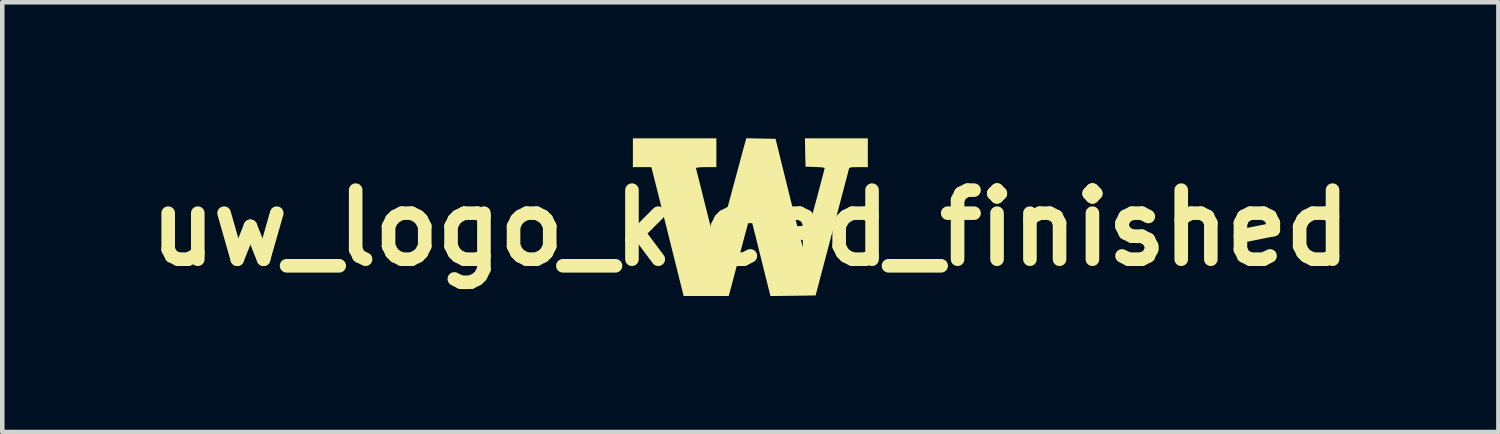
<source format=kicad_pcb>
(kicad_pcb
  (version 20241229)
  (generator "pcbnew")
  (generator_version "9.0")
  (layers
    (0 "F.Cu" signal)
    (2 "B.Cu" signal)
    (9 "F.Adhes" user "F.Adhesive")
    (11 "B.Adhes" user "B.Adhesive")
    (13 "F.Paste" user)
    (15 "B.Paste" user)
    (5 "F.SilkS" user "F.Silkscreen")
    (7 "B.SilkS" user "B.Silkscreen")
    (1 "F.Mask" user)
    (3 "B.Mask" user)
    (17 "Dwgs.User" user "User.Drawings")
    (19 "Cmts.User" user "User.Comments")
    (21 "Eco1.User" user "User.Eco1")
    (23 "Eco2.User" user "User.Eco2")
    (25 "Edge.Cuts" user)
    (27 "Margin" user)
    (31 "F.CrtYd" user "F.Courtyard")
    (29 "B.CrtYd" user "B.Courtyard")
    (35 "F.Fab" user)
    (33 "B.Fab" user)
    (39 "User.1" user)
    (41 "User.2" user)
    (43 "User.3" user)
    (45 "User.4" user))
  (footprint "uw_logo_kicad_finished"
    (layer "F.Cu")
    (at 13.506 1.98)
    (property "Reference" "uw_logo_kicad_finished" (at 0 0 0) (layer "F.SilkS") (effects (font (size 1.524 1.524) (thickness 0.3))))
    (attr board_only exclude_from_pos_files exclude_from_bom)
    (fp_poly (pts (xy 0.234 -1.973) (xy 0.556 -1.967) (xy 0.852 -0.768) (xy 0.908 -0.542) (xy 0.961 -0.33) (xy 1.01 -0.136) (xy 1.054 0.036) (xy 1.092 0.182) (xy 1.122 0.298) (xy 1.145 0.381) (xy 1.158 0.425) (xy 1.161 0.432) (xy 1.169 0.411) (xy 1.187 0.352) (xy 1.213 0.26) (xy 1.247 0.141) (xy 1.286 0.001) (xy 1.329 -0.155) (xy 1.374 -0.32) (xy 1.42 -0.49) (xy 1.466 -0.658) (xy 1.509 -0.82) (xy 1.548 -0.968) (xy 1.583 -1.098) (xy 1.61 -1.203) (xy 1.629 -1.279) (xy 1.638 -1.319) (xy 1.638 -1.324) (xy 1.617 -1.331) (xy 1.56 -1.339) (xy 1.478 -1.344) (xy 1.427 -1.346) (xy 1.217 -1.353) (xy 1.21 -1.666) (xy 1.204 -1.978) (xy 2.592 -1.978) (xy 2.592 -1.342) (xy 2.388 -1.342) (xy 2.291 -1.341) (xy 2.23 -1.338) (xy 2.196 -1.329) (xy 2.179 -1.313) (xy 2.17 -1.285) (xy 2.168 -1.279) (xy 2.16 -1.246) (xy 2.141 -1.174) (xy 2.113 -1.065) (xy 2.076 -0.924) (xy 2.031 -0.756) (xy 1.981 -0.563) (xy 1.925 -0.35) (xy 1.864 -0.121) (xy 1.801 0.12) (xy 1.796 0.136) (xy 1.44 1.489) (xy 0.941 1.496) (xy 0.443 1.502) (xy 0.24 0.688) (xy 0.193 0.5) (xy 0.149 0.322) (xy 0.109 0.161) (xy 0.074 0.023) (xy 0.046 -0.088) (xy 0.026 -0.166) (xy 0.016 -0.205) (xy 0.01 -0.222) (xy 0.002 -0.227) (xy -0.008 -0.216) (xy -0.022 -0.185) (xy -0.04 -0.13) (xy -0.065 -0.048) (xy -0.096 0.066) (xy -0.136 0.214) (xy -0.185 0.4) (xy -0.218 0.523) (xy -0.267 0.711) (xy -0.314 0.888) (xy -0.356 1.049) (xy -0.393 1.188) (xy -0.423 1.299) (xy -0.444 1.377) (xy -0.454 1.416) (xy -0.479 1.501) (xy -1.472 1.501) (xy -1.806 0.165) (xy -1.866 -0.076) (xy -1.924 -0.307) (xy -1.978 -0.521) (xy -2.026 -0.717) (xy -2.069 -0.888) (xy -2.106 -1.032) (xy -2.134 -1.144) (xy -2.153 -1.221) (xy -2.162 -1.256) (xy -2.185 -1.342) (xy -2.592 -1.342) (xy -2.592 -1.978) (xy -0.75 -1.978) (xy -0.75 -1.342) (xy -0.98 -1.342) (xy -1.089 -1.34) (xy -1.158 -1.335) (xy -1.193 -1.327) (xy -1.2 -1.313) (xy -1.192 -1.285) (xy -1.175 -1.219) (xy -1.149 -1.117) (xy -1.116 -0.987) (xy -1.077 -0.832) (xy -1.034 -0.658) (xy -0.987 -0.469) (xy -0.976 -0.426) (xy -0.928 -0.237) (xy -0.884 -0.061) (xy -0.844 0.095) (xy -0.809 0.227) (xy -0.782 0.33) (xy -0.762 0.399) (xy -0.752 0.431) (xy -0.751 0.432) (xy -0.743 0.411) (xy -0.724 0.349) (xy -0.696 0.253) (xy -0.66 0.125) (xy -0.617 -0.031) (xy -0.568 -0.21) (xy -0.515 -0.407) (xy -0.458 -0.62) (xy -0.445 -0.665) (xy -0.387 -0.885) (xy -0.33 -1.094) (xy -0.278 -1.288) (xy -0.231 -1.462) (xy -0.191 -1.612) (xy -0.158 -1.733) (xy -0.134 -1.82) (xy -0.121 -1.868) (xy -0.12 -1.871) (xy -0.089 -1.98)) (stroke (width 0) (type solid)) (fill yes) (layer "F.SilkS")))
  (gr_rect
    (start -3 -3)
    (end 30.011 6.481)
    (stroke (width 0.1) (type default))
    (fill no)
    (layer "Edge.Cuts")))
</source>
